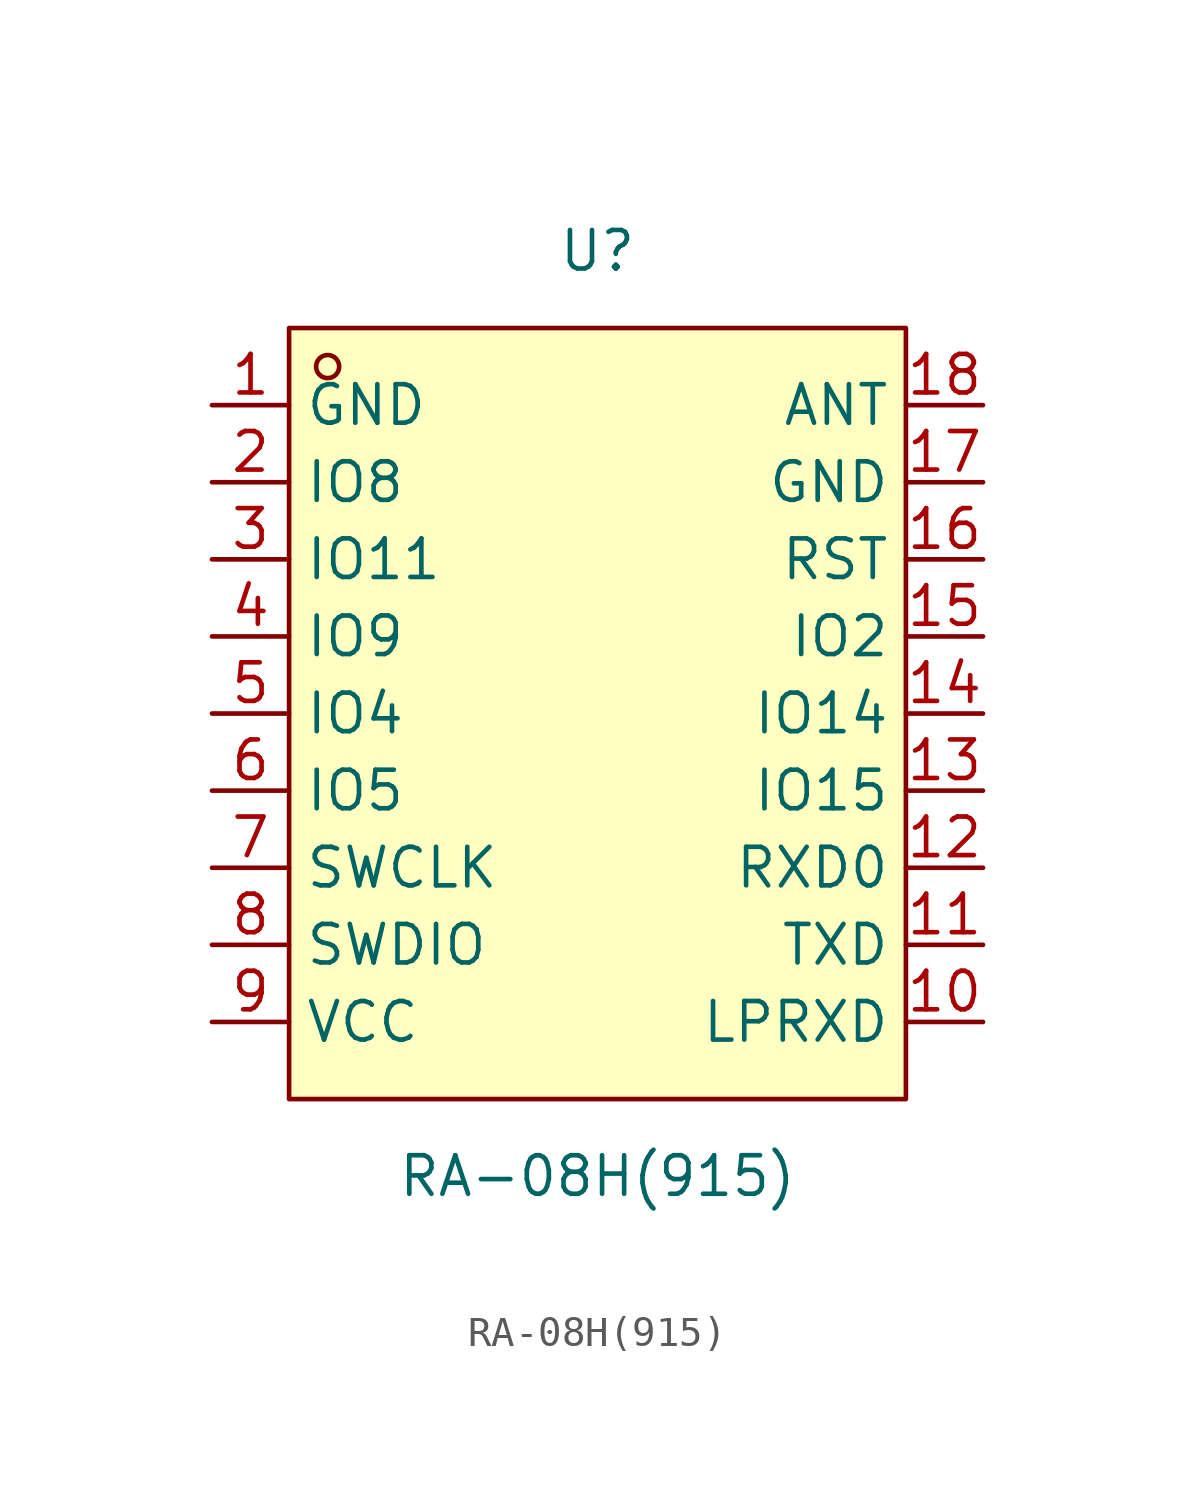
<source format=kicad_sym>
(kicad_symbol_lib
  (version 20231120)
  (generator "kicad_symbol_editor")
  (generator_version "8.0")
  (symbol "RA-08H(915)"
    (property "Reference" "U"
      (at 0 15.24 0)
      (effects (font (size 1.27 1.27))))
    (property "Value" "RA-08H(915)"
      (at 0 -15.24 0)
      (effects (font (size 1.27 1.27))))
    (symbol "RA-08H(915)_0_1"
      (rectangle (start -10.16 12.7) (end 10.16 -12.7) (stroke (width 0) (type default)) (fill (type background)))
      (circle (center -8.89 11.43) (radius 0.38) (stroke (width 0) (type default)) (fill (type none)))
      (pin unspecified line (at -12.7 10.16 0) (length 2.54) (name "GND" (effects (font (size 1.27 1.27)))) (number "1" (effects (font (size 1.27 1.27)))))
      (pin unspecified line (at 12.7 -10.16 180) (length 2.54) (name "LPRXD" (effects (font (size 1.27 1.27)))) (number "10" (effects (font (size 1.27 1.27)))))
      (pin unspecified line (at 12.7 -7.62 180) (length 2.54) (name "TXD" (effects (font (size 1.27 1.27)))) (number "11" (effects (font (size 1.27 1.27)))))
      (pin unspecified line (at 12.7 -5.08 180) (length 2.54) (name "RXD0" (effects (font (size 1.27 1.27)))) (number "12" (effects (font (size 1.27 1.27)))))
      (pin unspecified line (at 12.7 -2.54 180) (length 2.54) (name "IO15" (effects (font (size 1.27 1.27)))) (number "13" (effects (font (size 1.27 1.27)))))
      (pin unspecified line (at 12.7 0 180) (length 2.54) (name "IO14" (effects (font (size 1.27 1.27)))) (number "14" (effects (font (size 1.27 1.27)))))
      (pin unspecified line (at 12.7 2.54 180) (length 2.54) (name "IO2" (effects (font (size 1.27 1.27)))) (number "15" (effects (font (size 1.27 1.27)))))
      (pin unspecified line (at 12.7 5.08 180) (length 2.54) (name "RST" (effects (font (size 1.27 1.27)))) (number "16" (effects (font (size 1.27 1.27)))))
      (pin unspecified line (at 12.7 7.62 180) (length 2.54) (name "GND" (effects (font (size 1.27 1.27)))) (number "17" (effects (font (size 1.27 1.27)))))
      (pin unspecified line (at 12.7 10.16 180) (length 2.54) (name "ANT" (effects (font (size 1.27 1.27)))) (number "18" (effects (font (size 1.27 1.27)))))
      (pin unspecified line (at -12.7 7.62 0) (length 2.54) (name "IO8" (effects (font (size 1.27 1.27)))) (number "2" (effects (font (size 1.27 1.27)))))
      (pin unspecified line (at -12.7 5.08 0) (length 2.54) (name "IO11" (effects (font (size 1.27 1.27)))) (number "3" (effects (font (size 1.27 1.27)))))
      (pin unspecified line (at -12.7 2.54 0) (length 2.54) (name "IO9" (effects (font (size 1.27 1.27)))) (number "4" (effects (font (size 1.27 1.27)))))
      (pin unspecified line (at -12.7 0 0) (length 2.54) (name "IO4" (effects (font (size 1.27 1.27)))) (number "5" (effects (font (size 1.27 1.27)))))
      (pin unspecified line (at -12.7 -2.54 0) (length 2.54) (name "IO5" (effects (font (size 1.27 1.27)))) (number "6" (effects (font (size 1.27 1.27)))))
      (pin unspecified line (at -12.7 -5.08 0) (length 2.54) (name "SWCLK" (effects (font (size 1.27 1.27)))) (number "7" (effects (font (size 1.27 1.27)))))
      (pin unspecified line (at -12.7 -7.62 0) (length 2.54) (name "SWDIO" (effects (font (size 1.27 1.27)))) (number "8" (effects (font (size 1.27 1.27)))))
      (pin unspecified line (at -12.7 -10.16 0) (length 2.54) (name "VCC" (effects (font (size 1.27 1.27)))) (number "9" (effects (font (size 1.27 1.27))))))))
</source>
